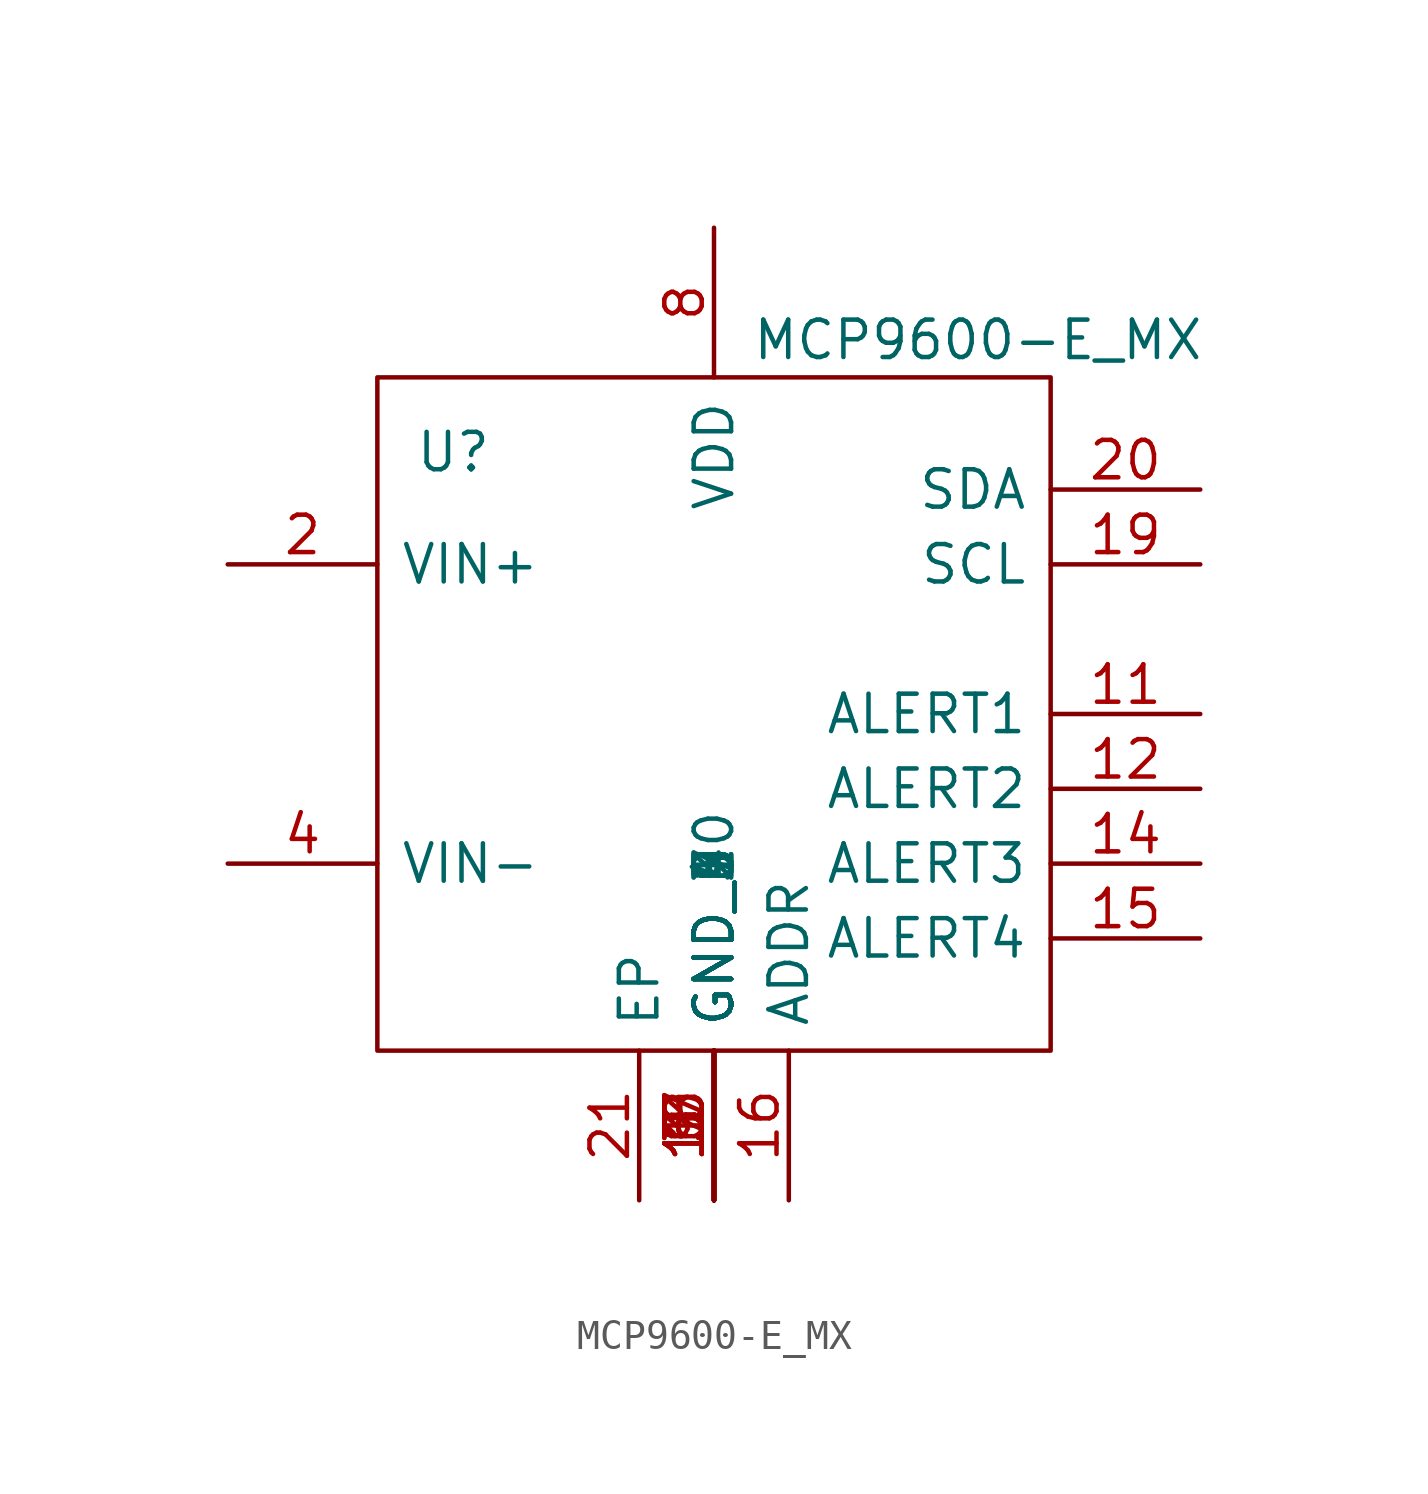
<source format=kicad_sym>
(kicad_symbol_lib
  (version 20211014)
  (generator kicad_symbol_editor)
  (symbol "MCP9600-E_MX"
    (pin_names
      (offset 0.762))
    (property "Reference" "U"
      (at 1.27 -2.54 0)
      (effects (font (size 1.27 1.27)) (justify left)))
    (property "Value" "MCP9600-E_MX"
      (at 12.7 1.27 0)
      (effects (font (size 1.27 1.27)) (justify left)))
    (symbol "MCP9600-E_MX_0_0"
      (pin passive line (at 11.43 -27.94 90) (length 5.08) (name "GND_1" (effects (font (size 1.27 1.27)))) (number "1" (effects (font (size 1.27 1.27)))))
      (pin passive line (at 11.43 -27.94 90) (length 5.08) (name "GND_7" (effects (font (size 1.27 1.27)))) (number "10" (effects (font (size 1.27 1.27)))))
      (pin passive line (at 27.94 -11.43 180) (length 5.08) (name "ALERT1" (effects (font (size 1.27 1.27)))) (number "11" (effects (font (size 1.27 1.27)))))
      (pin passive line (at 27.94 -13.97 180) (length 5.08) (name "ALERT2" (effects (font (size 1.27 1.27)))) (number "12" (effects (font (size 1.27 1.27)))))
      (pin passive line (at 11.43 -27.94 90) (length 5.08) (name "GND_8" (effects (font (size 1.27 1.27)))) (number "13" (effects (font (size 1.27 1.27)))))
      (pin passive line (at 27.94 -16.51 180) (length 5.08) (name "ALERT3" (effects (font (size 1.27 1.27)))) (number "14" (effects (font (size 1.27 1.27)))))
      (pin passive line (at 27.94 -19.05 180) (length 5.08) (name "ALERT4" (effects (font (size 1.27 1.27)))) (number "15" (effects (font (size 1.27 1.27)))))
      (pin passive line (at 13.97 -27.94 90) (length 5.08) (name "ADDR" (effects (font (size 1.27 1.27)))) (number "16" (effects (font (size 1.27 1.27)))))
      (pin passive line (at 11.43 -27.94 90) (length 5.08) (name "GND_9" (effects (font (size 1.27 1.27)))) (number "17" (effects (font (size 1.27 1.27)))))
      (pin passive line (at 11.43 -27.94 90) (length 5.08) (name "GND_10" (effects (font (size 1.27 1.27)))) (number "18" (effects (font (size 1.27 1.27)))))
      (pin passive line (at 27.94 -6.35 180) (length 5.08) (name "SCL" (effects (font (size 1.27 1.27)))) (number "19" (effects (font (size 1.27 1.27)))))
      (pin passive line (at -5.08 -6.35 0) (length 5.08) (name "VIN+" (effects (font (size 1.27 1.27)))) (number "2" (effects (font (size 1.27 1.27)))))
      (pin passive line (at 27.94 -3.81 180) (length 5.08) (name "SDA" (effects (font (size 1.27 1.27)))) (number "20" (effects (font (size 1.27 1.27)))))
      (pin passive line (at 8.89 -27.94 90) (length 5.08) (name "EP" (effects (font (size 1.27 1.27)))) (number "21" (effects (font (size 1.27 1.27)))))
      (pin passive line (at 11.43 -27.94 90) (length 5.08) (name "GND_2" (effects (font (size 1.27 1.27)))) (number "3" (effects (font (size 1.27 1.27)))))
      (pin passive line (at -5.08 -16.51 0) (length 5.08) (name "VIN-" (effects (font (size 1.27 1.27)))) (number "4" (effects (font (size 1.27 1.27)))))
      (pin passive line (at 11.43 -27.94 90) (length 5.08) (name "GND_3" (effects (font (size 1.27 1.27)))) (number "5" (effects (font (size 1.27 1.27)))))
      (pin passive line (at 11.43 -27.94 90) (length 5.08) (name "GND_4" (effects (font (size 1.27 1.27)))) (number "6" (effects (font (size 1.27 1.27)))))
      (pin passive line (at 11.43 -27.94 90) (length 5.08) (name "GND_5" (effects (font (size 1.27 1.27)))) (number "7" (effects (font (size 1.27 1.27)))))
      (pin passive line (at 11.43 5.08 270) (length 5.08) (name "VDD" (effects (font (size 1.27 1.27)))) (number "8" (effects (font (size 1.27 1.27)))))
      (pin passive line (at 11.43 -27.94 90) (length 5.08) (name "GND_6" (effects (font (size 1.27 1.27)))) (number "9" (effects (font (size 1.27 1.27))))))
    (symbol "MCP9600-E_MX_0_1"
      (rectangle (start 0 0) (end 22.86 -22.86) (stroke (width 0) (type default) (color 0 0 0 0)) (fill (type none))))))
</source>
